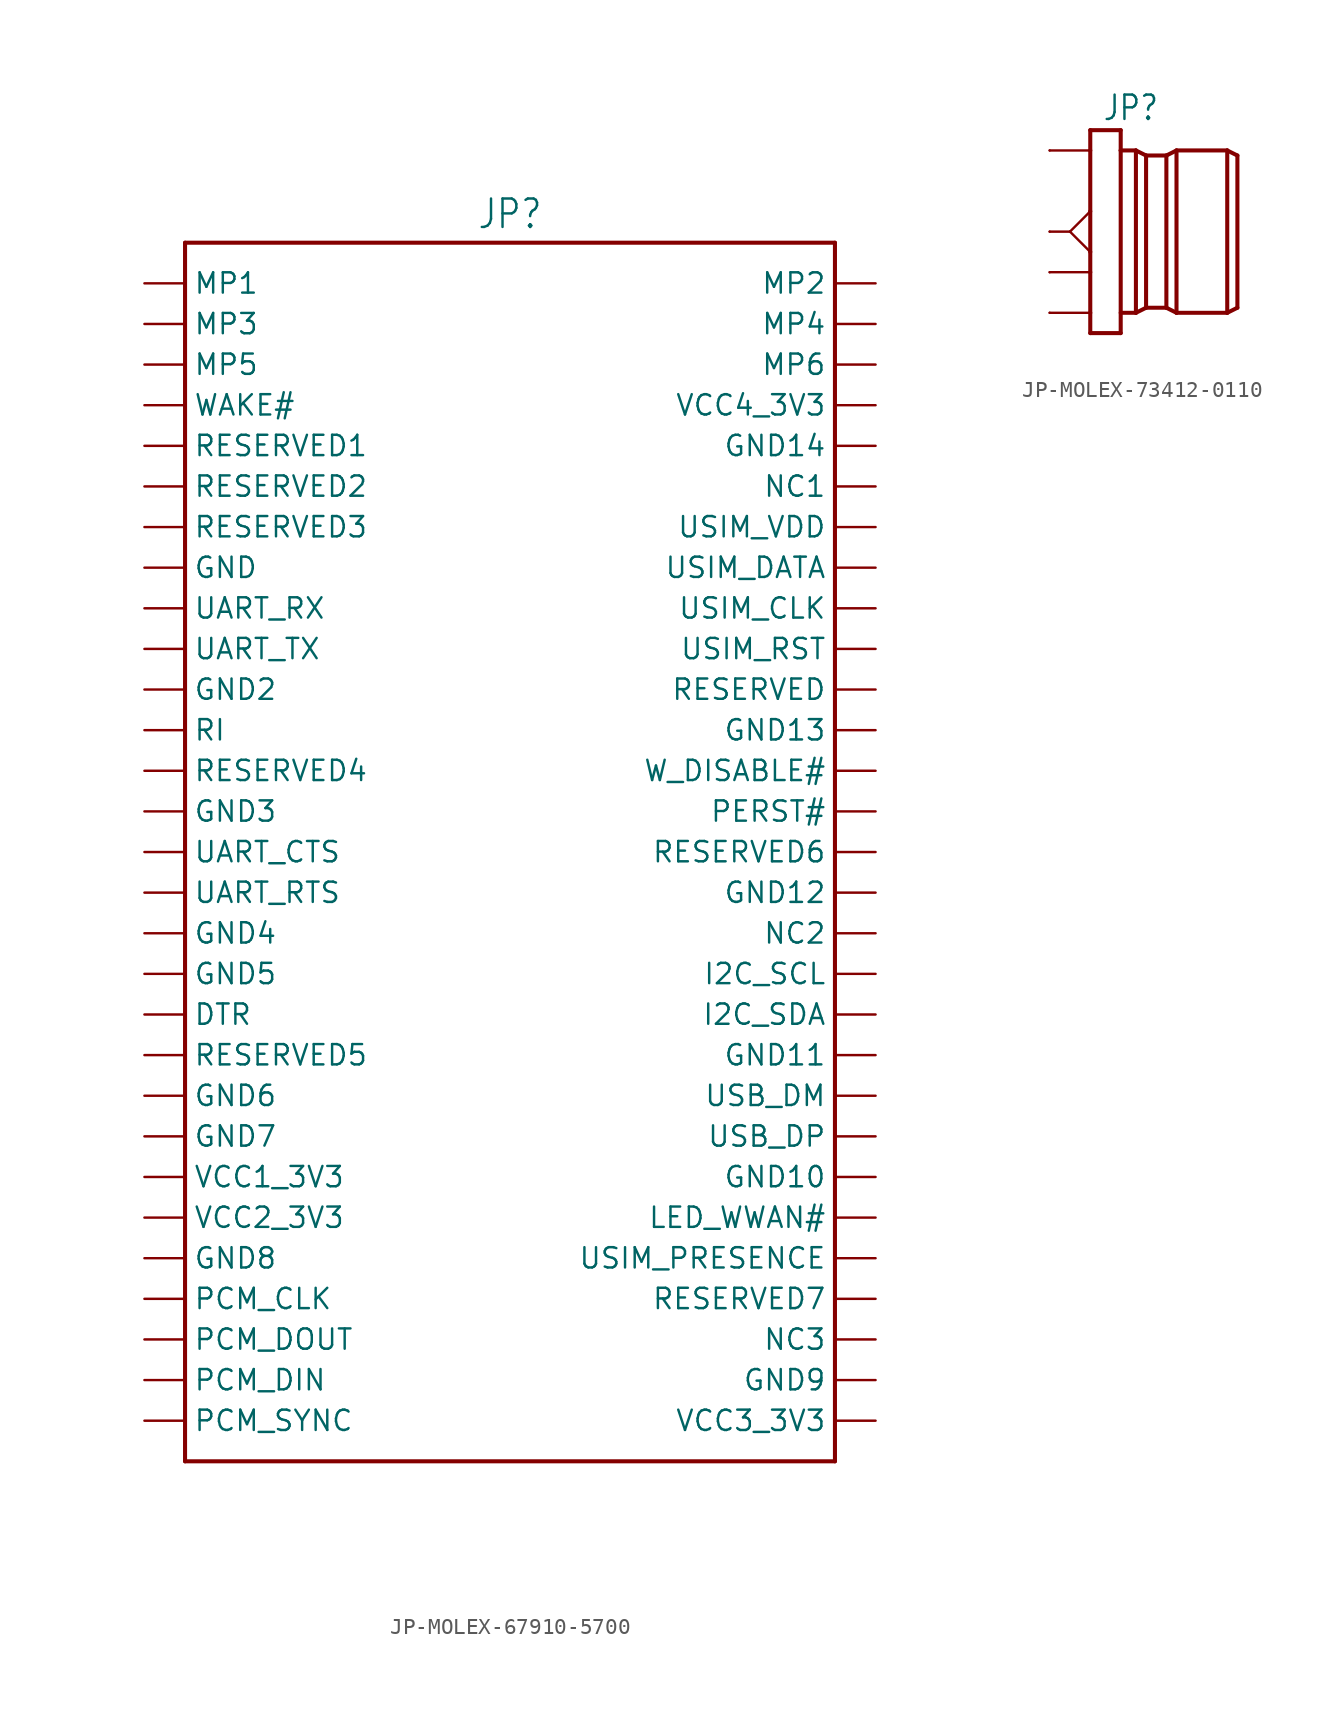
<source format=kicad_sym>
(kicad_symbol_lib
  (version 20231120)
  (generator "kicad_symbol_editor")
  (generator_version "8.0")
  (symbol "JP-MOLEX-67910-5700"
    (property "Reference" "JP"
      (at 0 38.862 0)
      (effects (font (size 1.778 1.511)) (justify bottom)))
    (property "Value" ""
      (at 0 -38.862 0)
      (effects (font (size 1.778 1.511)) (justify top)))
    (property "ki_locked" ""
      (at 0 0 0)
      (effects (font (size 1.27 1.27))))
    (symbol "JP-MOLEX-67910-5700_1_0"
      (polyline (pts (xy -20.32 -38.1) (xy -20.32 38.1)) (stroke (width 0.254) (type solid)) (fill (type none)))
      (polyline (pts (xy -20.32 38.1) (xy 20.32 38.1)) (stroke (width 0.254) (type solid)) (fill (type none)))
      (polyline (pts (xy 20.32 -38.1) (xy -20.32 -38.1)) (stroke (width 0.254) (type solid)) (fill (type none)))
      (polyline (pts (xy 20.32 38.1) (xy 20.32 -38.1)) (stroke (width 0.254) (type solid)) (fill (type none)))
      (pin passive line (at -22.86 27.94 0) (length 2.54) (name "WAKE#" (effects (font (size 1.27 1.27)))) (number "1" (effects (font (size 0 0)))))
      (pin passive line (at 22.86 17.78 180) (length 2.54) (name "USIM_DATA" (effects (font (size 1.27 1.27)))) (number "10" (effects (font (size 0 0)))))
      (pin passive line (at -22.86 15.24 0) (length 2.54) (name "UART_RX" (effects (font (size 1.27 1.27)))) (number "11" (effects (font (size 0 0)))))
      (pin passive line (at 22.86 15.24 180) (length 2.54) (name "USIM_CLK" (effects (font (size 1.27 1.27)))) (number "12" (effects (font (size 0 0)))))
      (pin passive line (at -22.86 12.7 0) (length 2.54) (name "UART_TX" (effects (font (size 1.27 1.27)))) (number "13" (effects (font (size 0 0)))))
      (pin passive line (at 22.86 12.7 180) (length 2.54) (name "USIM_RST" (effects (font (size 1.27 1.27)))) (number "14" (effects (font (size 0 0)))))
      (pin passive line (at -22.86 10.16 0) (length 2.54) (name "GND2" (effects (font (size 1.27 1.27)))) (number "15" (effects (font (size 0 0)))))
      (pin passive line (at 22.86 10.16 180) (length 2.54) (name "RESERVED" (effects (font (size 1.27 1.27)))) (number "16" (effects (font (size 0 0)))))
      (pin passive line (at -22.86 7.62 0) (length 2.54) (name "RI" (effects (font (size 1.27 1.27)))) (number "17" (effects (font (size 0 0)))))
      (pin passive line (at 22.86 7.62 180) (length 2.54) (name "GND13" (effects (font (size 1.27 1.27)))) (number "18" (effects (font (size 0 0)))))
      (pin passive line (at -22.86 5.08 0) (length 2.54) (name "RESERVED4" (effects (font (size 1.27 1.27)))) (number "19" (effects (font (size 0 0)))))
      (pin passive line (at 22.86 27.94 180) (length 2.54) (name "VCC4_3V3" (effects (font (size 1.27 1.27)))) (number "2" (effects (font (size 0 0)))))
      (pin passive line (at 22.86 5.08 180) (length 2.54) (name "W_DISABLE#" (effects (font (size 1.27 1.27)))) (number "20" (effects (font (size 0 0)))))
      (pin passive line (at -22.86 2.54 0) (length 2.54) (name "GND3" (effects (font (size 1.27 1.27)))) (number "21" (effects (font (size 0 0)))))
      (pin passive line (at 22.86 2.54 180) (length 2.54) (name "PERST#" (effects (font (size 1.27 1.27)))) (number "22" (effects (font (size 0 0)))))
      (pin passive line (at -22.86 0 0) (length 2.54) (name "UART_CTS" (effects (font (size 1.27 1.27)))) (number "23" (effects (font (size 0 0)))))
      (pin passive line (at 22.86 0 180) (length 2.54) (name "RESERVED6" (effects (font (size 1.27 1.27)))) (number "24" (effects (font (size 0 0)))))
      (pin passive line (at -22.86 -2.54 0) (length 2.54) (name "UART_RTS" (effects (font (size 1.27 1.27)))) (number "25" (effects (font (size 0 0)))))
      (pin passive line (at 22.86 -2.54 180) (length 2.54) (name "GND12" (effects (font (size 1.27 1.27)))) (number "26" (effects (font (size 0 0)))))
      (pin passive line (at -22.86 -5.08 0) (length 2.54) (name "GND4" (effects (font (size 1.27 1.27)))) (number "27" (effects (font (size 0 0)))))
      (pin passive line (at 22.86 -5.08 180) (length 2.54) (name "NC2" (effects (font (size 1.27 1.27)))) (number "28" (effects (font (size 0 0)))))
      (pin passive line (at -22.86 -7.62 0) (length 2.54) (name "GND5" (effects (font (size 1.27 1.27)))) (number "29" (effects (font (size 0 0)))))
      (pin passive line (at -22.86 25.4 0) (length 2.54) (name "RESERVED1" (effects (font (size 1.27 1.27)))) (number "3" (effects (font (size 0 0)))))
      (pin passive line (at 22.86 -7.62 180) (length 2.54) (name "I2C_SCL" (effects (font (size 1.27 1.27)))) (number "30" (effects (font (size 0 0)))))
      (pin passive line (at -22.86 -10.16 0) (length 2.54) (name "DTR" (effects (font (size 1.27 1.27)))) (number "31" (effects (font (size 0 0)))))
      (pin passive line (at 22.86 -10.16 180) (length 2.54) (name "I2C_SDA" (effects (font (size 1.27 1.27)))) (number "32" (effects (font (size 0 0)))))
      (pin passive line (at -22.86 -12.7 0) (length 2.54) (name "RESERVED5" (effects (font (size 1.27 1.27)))) (number "33" (effects (font (size 0 0)))))
      (pin passive line (at 22.86 -12.7 180) (length 2.54) (name "GND11" (effects (font (size 1.27 1.27)))) (number "34" (effects (font (size 0 0)))))
      (pin passive line (at -22.86 -15.24 0) (length 2.54) (name "GND6" (effects (font (size 1.27 1.27)))) (number "35" (effects (font (size 0 0)))))
      (pin passive line (at 22.86 -15.24 180) (length 2.54) (name "USB_DM" (effects (font (size 1.27 1.27)))) (number "36" (effects (font (size 0 0)))))
      (pin passive line (at -22.86 -17.78 0) (length 2.54) (name "GND7" (effects (font (size 1.27 1.27)))) (number "37" (effects (font (size 0 0)))))
      (pin passive line (at 22.86 -17.78 180) (length 2.54) (name "USB_DP" (effects (font (size 1.27 1.27)))) (number "38" (effects (font (size 0 0)))))
      (pin passive line (at -22.86 -20.32 0) (length 2.54) (name "VCC1_3V3" (effects (font (size 1.27 1.27)))) (number "39" (effects (font (size 0 0)))))
      (pin passive line (at 22.86 25.4 180) (length 2.54) (name "GND14" (effects (font (size 1.27 1.27)))) (number "4" (effects (font (size 0 0)))))
      (pin passive line (at 22.86 -20.32 180) (length 2.54) (name "GND10" (effects (font (size 1.27 1.27)))) (number "40" (effects (font (size 0 0)))))
      (pin passive line (at -22.86 -22.86 0) (length 2.54) (name "VCC2_3V3" (effects (font (size 1.27 1.27)))) (number "41" (effects (font (size 0 0)))))
      (pin passive line (at 22.86 -22.86 180) (length 2.54) (name "LED_WWAN#" (effects (font (size 1.27 1.27)))) (number "42" (effects (font (size 0 0)))))
      (pin passive line (at -22.86 -25.4 0) (length 2.54) (name "GND8" (effects (font (size 1.27 1.27)))) (number "43" (effects (font (size 0 0)))))
      (pin passive line (at 22.86 -25.4 180) (length 2.54) (name "USIM_PRESENCE" (effects (font (size 1.27 1.27)))) (number "44" (effects (font (size 0 0)))))
      (pin passive line (at -22.86 -27.94 0) (length 2.54) (name "PCM_CLK" (effects (font (size 1.27 1.27)))) (number "45" (effects (font (size 0 0)))))
      (pin passive line (at 22.86 -27.94 180) (length 2.54) (name "RESERVED7" (effects (font (size 1.27 1.27)))) (number "46" (effects (font (size 0 0)))))
      (pin passive line (at -22.86 -30.48 0) (length 2.54) (name "PCM_DOUT" (effects (font (size 1.27 1.27)))) (number "47" (effects (font (size 0 0)))))
      (pin passive line (at 22.86 -30.48 180) (length 2.54) (name "NC3" (effects (font (size 1.27 1.27)))) (number "48" (effects (font (size 0 0)))))
      (pin passive line (at -22.86 -33.02 0) (length 2.54) (name "PCM_DIN" (effects (font (size 1.27 1.27)))) (number "49" (effects (font (size 0 0)))))
      (pin passive line (at -22.86 22.86 0) (length 2.54) (name "RESERVED2" (effects (font (size 1.27 1.27)))) (number "5" (effects (font (size 0 0)))))
      (pin passive line (at 22.86 -33.02 180) (length 2.54) (name "GND9" (effects (font (size 1.27 1.27)))) (number "50" (effects (font (size 0 0)))))
      (pin passive line (at -22.86 -35.56 0) (length 2.54) (name "PCM_SYNC" (effects (font (size 1.27 1.27)))) (number "51" (effects (font (size 0 0)))))
      (pin passive line (at 22.86 -35.56 180) (length 2.54) (name "VCC3_3V3" (effects (font (size 1.27 1.27)))) (number "52" (effects (font (size 0 0)))))
      (pin passive line (at 22.86 22.86 180) (length 2.54) (name "NC1" (effects (font (size 1.27 1.27)))) (number "6" (effects (font (size 0 0)))))
      (pin passive line (at -22.86 20.32 0) (length 2.54) (name "RESERVED3" (effects (font (size 1.27 1.27)))) (number "7" (effects (font (size 0 0)))))
      (pin passive line (at 22.86 20.32 180) (length 2.54) (name "USIM_VDD" (effects (font (size 1.27 1.27)))) (number "8" (effects (font (size 0 0)))))
      (pin passive line (at -22.86 17.78 0) (length 2.54) (name "GND" (effects (font (size 1.27 1.27)))) (number "9" (effects (font (size 0 0)))))
      (pin passive line (at -22.86 35.56 0) (length 2.54) (name "MP1" (effects (font (size 1.27 1.27)))) (number "MP1" (effects (font (size 0 0)))))
      (pin passive line (at 22.86 35.56 180) (length 2.54) (name "MP2" (effects (font (size 1.27 1.27)))) (number "MP2" (effects (font (size 0 0)))))
      (pin passive line (at -22.86 33.02 0) (length 2.54) (name "MP3" (effects (font (size 1.27 1.27)))) (number "MP3" (effects (font (size 0 0)))))
      (pin passive line (at 22.86 33.02 180) (length 2.54) (name "MP4" (effects (font (size 1.27 1.27)))) (number "MP4" (effects (font (size 0 0)))))
      (pin passive line (at -22.86 30.48 0) (length 2.54) (name "MP5" (effects (font (size 1.27 1.27)))) (number "MP5" (effects (font (size 0 0)))))
      (pin passive line (at 22.86 30.48 180) (length 2.54) (name "MP6" (effects (font (size 1.27 1.27)))) (number "MP6" (effects (font (size 0 0)))))))
  (symbol "JP-MOLEX-73412-0110"
    (property "Reference" "JP"
      (at 2.54 6.858 0)
      (effects (font (size 1.524 1.295)) (justify bottom)))
    (property "Value" ""
      (at 2.54 -6.858 0)
      (effects (font (size 1.524 1.295)) (justify top)))
    (property "ki_locked" ""
      (at 0 0 0)
      (effects (font (size 1.27 1.27))))
    (symbol "JP-MOLEX-73412-0110_1_0"
      (polyline (pts (xy -1.27 0) (xy -2.54 0)) (stroke (width 0.152) (type solid)) (fill (type none)))
      (polyline (pts (xy -1.27 0) (xy 0 -1.27)) (stroke (width 0.152) (type solid)) (fill (type none)))
      (polyline (pts (xy -1.27 0) (xy 0 1.27)) (stroke (width 0.152) (type solid)) (fill (type none)))
      (polyline (pts (xy 0 -6.35) (xy 1.905 -6.35)) (stroke (width 0.254) (type solid)) (fill (type none)))
      (polyline (pts (xy 0 -5.08) (xy -2.54 -5.08)) (stroke (width 0.152) (type solid)) (fill (type none)))
      (polyline (pts (xy 0 -5.08) (xy 0 -6.35)) (stroke (width 0.254) (type solid)) (fill (type none)))
      (polyline (pts (xy 0 -2.54) (xy -2.54 -2.54)) (stroke (width 0.152) (type solid)) (fill (type none)))
      (polyline (pts (xy 0 -2.54) (xy 0 -5.08)) (stroke (width 0.254) (type solid)) (fill (type none)))
      (polyline (pts (xy 0 -1.27) (xy 0 -2.54)) (stroke (width 0.254) (type solid)) (fill (type none)))
      (polyline (pts (xy 0 1.27) (xy 0 -1.27)) (stroke (width 0.254) (type solid)) (fill (type none)))
      (polyline (pts (xy 0 5.08) (xy -2.54 5.08)) (stroke (width 0.152) (type solid)) (fill (type none)))
      (polyline (pts (xy 0 5.08) (xy 0 1.27)) (stroke (width 0.254) (type solid)) (fill (type none)))
      (polyline (pts (xy 0 6.35) (xy 0 5.08)) (stroke (width 0.254) (type solid)) (fill (type none)))
      (polyline (pts (xy 1.905 -6.35) (xy 1.905 5.08)) (stroke (width 0.254) (type solid)) (fill (type none)))
      (polyline (pts (xy 1.905 -5.08) (xy 2.857 -5.08)) (stroke (width 0.254) (type solid)) (fill (type none)))
      (polyline (pts (xy 1.905 5.08) (xy 1.905 6.35)) (stroke (width 0.254) (type solid)) (fill (type none)))
      (polyline (pts (xy 1.905 5.08) (xy 2.857 5.08)) (stroke (width 0.254) (type solid)) (fill (type none)))
      (polyline (pts (xy 1.905 6.35) (xy 0 6.35)) (stroke (width 0.254) (type solid)) (fill (type none)))
      (polyline (pts (xy 2.857 -5.08) (xy 3.493 -4.763)) (stroke (width 0.254) (type solid)) (fill (type none)))
      (polyline (pts (xy 2.857 5.08) (xy 2.857 -5.08)) (stroke (width 0.254) (type solid)) (fill (type none)))
      (polyline (pts (xy 2.857 5.08) (xy 3.493 4.763)) (stroke (width 0.254) (type solid)) (fill (type none)))
      (polyline (pts (xy 3.493 -4.763) (xy 4.763 -4.763)) (stroke (width 0.254) (type solid)) (fill (type none)))
      (polyline (pts (xy 3.493 4.763) (xy 3.493 -4.763)) (stroke (width 0.254) (type solid)) (fill (type none)))
      (polyline (pts (xy 3.493 4.763) (xy 4.763 4.763)) (stroke (width 0.254) (type solid)) (fill (type none)))
      (polyline (pts (xy 4.763 -4.763) (xy 5.397 -5.08)) (stroke (width 0.254) (type solid)) (fill (type none)))
      (polyline (pts (xy 4.763 4.763) (xy 4.763 -4.763)) (stroke (width 0.254) (type solid)) (fill (type none)))
      (polyline (pts (xy 4.763 4.763) (xy 5.397 5.08)) (stroke (width 0.254) (type solid)) (fill (type none)))
      (polyline (pts (xy 5.397 -5.08) (xy 8.572 -5.08)) (stroke (width 0.254) (type solid)) (fill (type none)))
      (polyline (pts (xy 5.397 5.08) (xy 5.397 -5.08)) (stroke (width 0.254) (type solid)) (fill (type none)))
      (polyline (pts (xy 5.397 5.08) (xy 8.572 5.08)) (stroke (width 0.254) (type solid)) (fill (type none)))
      (polyline (pts (xy 8.572 -5.08) (xy 9.207 -4.763)) (stroke (width 0.254) (type solid)) (fill (type none)))
      (polyline (pts (xy 8.572 5.08) (xy 8.572 -5.08)) (stroke (width 0.254) (type solid)) (fill (type none)))
      (polyline (pts (xy 8.572 5.08) (xy 9.207 4.763)) (stroke (width 0.254) (type solid)) (fill (type none)))
      (polyline (pts (xy 9.207 4.763) (xy 9.207 -4.763)) (stroke (width 0.254) (type solid)) (fill (type none)))
      (pin passive line (at -2.54 0 0) (length 0) (name "ANT" (effects (font (size 0 0)))) (number "1" (effects (font (size 0 0)))))
      (pin passive line (at -2.54 5.08 0) (length 0) (name "GND1" (effects (font (size 0 0)))) (number "2" (effects (font (size 0 0)))))
      (pin passive line (at -2.54 -2.54 0) (length 0) (name "GND2" (effects (font (size 0 0)))) (number "3" (effects (font (size 0 0)))))
      (pin passive line (at -2.54 -5.08 0) (length 0) (name "GND3" (effects (font (size 0 0)))) (number "4" (effects (font (size 0 0))))))))
</source>
